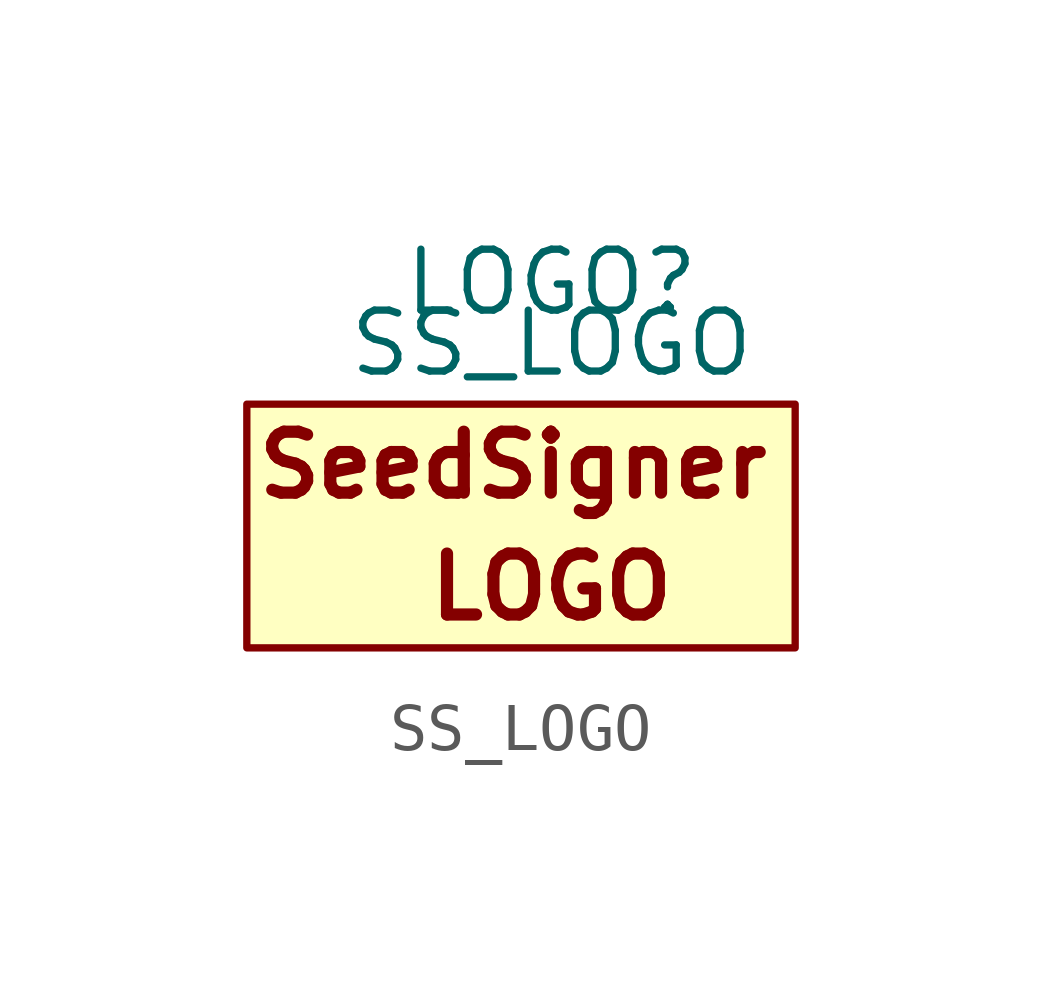
<source format=kicad_sym>
(kicad_symbol_lib
  (version 20211014)
  (generator kicad_symbol_editor)
  (symbol "SS_LOGO"
    (pin_numbers hide)
    (pin_names
      (offset 0) hide)
    (property "Reference" "LOGO"
      (at 0 3.81 0)
      (effects (font (size 1.27 1.27))))
    (property "Value" "SS_LOGO"
      (at 0 2.54 0)
      (effects (font (size 1.27 1.27))))
    (symbol "SS_LOGO_0_0"
      (text "LOGO" (at 0 -2.54 0) (effects (font (size 1.27 1.27) bold)))
      (text "SeedSigner" (at -0.8 0 0) (effects (font (size 1.27 1.27) bold))))
    (symbol "SS_LOGO_0_1"
      (rectangle (start 5.08 1.27) (end -6.35 -3.81) (stroke (width 0) (type default) (color 0 0 0 0)) (fill (type background))))))
</source>
